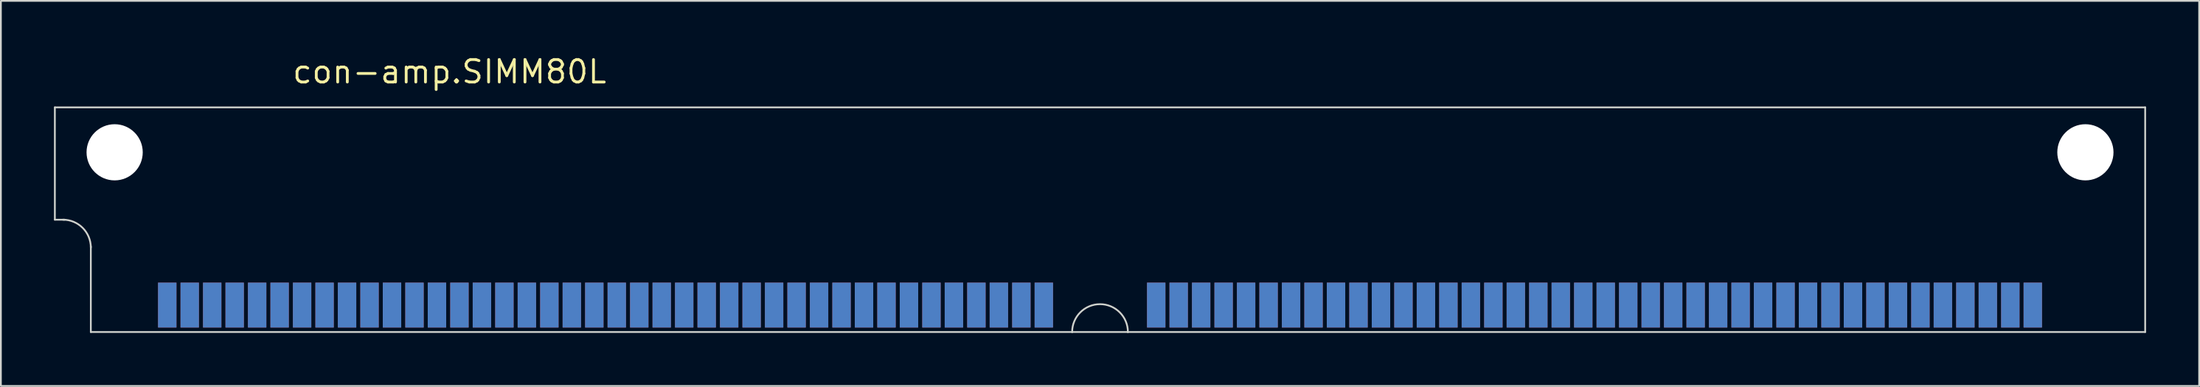
<source format=kicad_pcb>
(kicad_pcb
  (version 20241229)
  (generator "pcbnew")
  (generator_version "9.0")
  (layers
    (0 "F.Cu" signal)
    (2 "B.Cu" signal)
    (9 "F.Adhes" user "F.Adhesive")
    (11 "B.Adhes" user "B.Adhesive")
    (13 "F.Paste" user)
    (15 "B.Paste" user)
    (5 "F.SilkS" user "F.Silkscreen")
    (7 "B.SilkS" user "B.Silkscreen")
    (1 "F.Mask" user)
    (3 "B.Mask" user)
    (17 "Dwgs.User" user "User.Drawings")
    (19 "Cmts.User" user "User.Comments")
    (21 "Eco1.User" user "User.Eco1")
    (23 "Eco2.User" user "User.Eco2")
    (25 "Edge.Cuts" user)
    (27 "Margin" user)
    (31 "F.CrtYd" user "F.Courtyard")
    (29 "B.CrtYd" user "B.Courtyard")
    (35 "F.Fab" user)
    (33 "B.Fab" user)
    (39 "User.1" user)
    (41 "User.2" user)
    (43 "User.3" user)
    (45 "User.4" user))
  (footprint "con-amp.SIMM80L"
    (layer "F.Cu")
    (at 59.105 5.56)
    (property "Reference" "con-amp.SIMM80L" (at -45.72 -3.81 0) (layer "F.SilkS") (effects (font (size 1.27 1.27) (thickness 0.16)) (justify left bottom)))
    (attr smd)
    (fp_line (start -59.055 -2.54) (end 59.055 -2.54) (stroke (width 0.1) (type default)) (layer "Edge.Cuts"))
    (fp_line (start -59.055 3.81) (end -59.055 -2.54) (stroke (width 0.1) (type default)) (layer "Edge.Cuts"))
    (fp_line (start -59.055 3.81) (end -58.496 3.81) (stroke (width 0.1) (type default)) (layer "Edge.Cuts"))
    (fp_line (start -57.023 10.16) (end -57.023 5.309) (stroke (width 0.1) (type default)) (layer "Edge.Cuts"))
    (fp_line (start -1.575 10.16) (end -57.023 10.16) (stroke (width 0.1) (type default)) (layer "Edge.Cuts"))
    (fp_line (start 1.575 10.16) (end -1.575 10.16) (stroke (width 0.1) (type default)) (layer "Edge.Cuts"))
    (fp_line (start 59.055 -2.54) (end 59.055 10.16) (stroke (width 0.1) (type default)) (layer "Edge.Cuts"))
    (fp_line (start 59.055 10.16) (end 1.575 10.16) (stroke (width 0.1) (type default)) (layer "Edge.Cuts"))
    (fp_arc (start -58.5978 3.81) (mid -57.484248 4.271248) (end -57.023 5.3848) (stroke (width 0.1) (type default)) (layer "Edge.Cuts"))
    (fp_arc (start -1.5748 10.16) (mid 0 8.5852) (end 1.5748 10.16) (stroke (width 0.1) (type default)) (layer "Edge.Cuts"))
    (pad "" np_thru_hole circle (at -55.677 0) (size 3.175 3.175) (drill 3.175) (layers "*.Cu" "*.Mask"))
    (pad "" np_thru_hole circle (at 55.677 0) (size 3.175 3.175) (drill 3.175) (layers "*.Cu" "*.Mask"))
    (pad "1" smd roundrect (at -52.705 8.636) (size 1.041 2.54) (layers "F.Cu" "F.Mask" "F.Paste") (roundrect_rratio 0.01))
    (pad "2" smd roundrect (at -51.435 8.636) (size 1.041 2.54) (layers "F.Cu" "F.Mask" "F.Paste") (roundrect_rratio 0.01))
    (pad "3" smd roundrect (at -50.165 8.636) (size 1.041 2.54) (layers "F.Cu" "F.Mask" "F.Paste") (roundrect_rratio 0.01))
    (pad "4" smd roundrect (at -48.895 8.636) (size 1.041 2.54) (layers "F.Cu" "F.Mask" "F.Paste") (roundrect_rratio 0.01))
    (pad "5" smd roundrect (at -47.625 8.636) (size 1.041 2.54) (layers "F.Cu" "F.Mask" "F.Paste") (roundrect_rratio 0.01))
    (pad "6" smd roundrect (at -46.355 8.636) (size 1.041 2.54) (layers "F.Cu" "F.Mask" "F.Paste") (roundrect_rratio 0.01))
    (pad "7" smd roundrect (at -45.085 8.636) (size 1.041 2.54) (layers "F.Cu" "F.Mask" "F.Paste") (roundrect_rratio 0.01))
    (pad "8" smd roundrect (at -43.815 8.636) (size 1.041 2.54) (layers "F.Cu" "F.Mask" "F.Paste") (roundrect_rratio 0.01))
    (pad "9" smd roundrect (at -42.545 8.636) (size 1.041 2.54) (layers "F.Cu" "F.Mask" "F.Paste") (roundrect_rratio 0.01))
    (pad "10" smd roundrect (at -41.275 8.636) (size 1.041 2.54) (layers "F.Cu" "F.Mask" "F.Paste") (roundrect_rratio 0.01))
    (pad "11" smd roundrect (at -40.005 8.636) (size 1.041 2.54) (layers "F.Cu" "F.Mask" "F.Paste") (roundrect_rratio 0.01))
    (pad "12" smd roundrect (at -38.735 8.636) (size 1.041 2.54) (layers "F.Cu" "F.Mask" "F.Paste") (roundrect_rratio 0.01))
    (pad "13" smd roundrect (at -37.465 8.636) (size 1.041 2.54) (layers "F.Cu" "F.Mask" "F.Paste") (roundrect_rratio 0.01))
    (pad "14" smd roundrect (at -36.195 8.636) (size 1.041 2.54) (layers "F.Cu" "F.Mask" "F.Paste") (roundrect_rratio 0.01))
    (pad "15" smd roundrect (at -34.925 8.636) (size 1.041 2.54) (layers "F.Cu" "F.Mask" "F.Paste") (roundrect_rratio 0.01))
    (pad "16" smd roundrect (at -33.655 8.636) (size 1.041 2.54) (layers "F.Cu" "F.Mask" "F.Paste") (roundrect_rratio 0.01))
    (pad "17" smd roundrect (at -32.385 8.636) (size 1.041 2.54) (layers "F.Cu" "F.Mask" "F.Paste") (roundrect_rratio 0.01))
    (pad "18" smd roundrect (at -31.115 8.636) (size 1.041 2.54) (layers "F.Cu" "F.Mask" "F.Paste") (roundrect_rratio 0.01))
    (pad "19" smd roundrect (at -29.845 8.636) (size 1.041 2.54) (layers "F.Cu" "F.Mask" "F.Paste") (roundrect_rratio 0.01))
    (pad "20" smd roundrect (at -28.575 8.636) (size 1.041 2.54) (layers "F.Cu" "F.Mask" "F.Paste") (roundrect_rratio 0.01))
    (pad "21" smd roundrect (at -27.305 8.636) (size 1.041 2.54) (layers "F.Cu" "F.Mask" "F.Paste") (roundrect_rratio 0.01))
    (pad "22" smd roundrect (at -26.035 8.636) (size 1.041 2.54) (layers "F.Cu" "F.Mask" "F.Paste") (roundrect_rratio 0.01))
    (pad "23" smd roundrect (at -24.765 8.636) (size 1.041 2.54) (layers "F.Cu" "F.Mask" "F.Paste") (roundrect_rratio 0.01))
    (pad "24" smd roundrect (at -23.495 8.636) (size 1.041 2.54) (layers "F.Cu" "F.Mask" "F.Paste") (roundrect_rratio 0.01))
    (pad "25" smd roundrect (at -22.225 8.636) (size 1.041 2.54) (layers "F.Cu" "F.Mask" "F.Paste") (roundrect_rratio 0.01))
    (pad "26" smd roundrect (at -20.955 8.636) (size 1.041 2.54) (layers "F.Cu" "F.Mask" "F.Paste") (roundrect_rratio 0.01))
    (pad "27" smd roundrect (at -19.685 8.636) (size 1.041 2.54) (layers "F.Cu" "F.Mask" "F.Paste") (roundrect_rratio 0.01))
    (pad "28" smd roundrect (at -18.415 8.636) (size 1.041 2.54) (layers "F.Cu" "F.Mask" "F.Paste") (roundrect_rratio 0.01))
    (pad "29" smd roundrect (at -17.145 8.636) (size 1.041 2.54) (layers "F.Cu" "F.Mask" "F.Paste") (roundrect_rratio 0.01))
    (pad "30" smd roundrect (at -15.875 8.636) (size 1.041 2.54) (layers "F.Cu" "F.Mask" "F.Paste") (roundrect_rratio 0.01))
    (pad "31" smd roundrect (at -14.605 8.636) (size 1.041 2.54) (layers "F.Cu" "F.Mask" "F.Paste") (roundrect_rratio 0.01))
    (pad "32" smd roundrect (at -13.335 8.636) (size 1.041 2.54) (layers "F.Cu" "F.Mask" "F.Paste") (roundrect_rratio 0.01))
    (pad "33" smd roundrect (at -12.065 8.636) (size 1.041 2.54) (layers "F.Cu" "F.Mask" "F.Paste") (roundrect_rratio 0.01))
    (pad "34" smd roundrect (at -10.795 8.636) (size 1.041 2.54) (layers "F.Cu" "F.Mask" "F.Paste") (roundrect_rratio 0.01))
    (pad "35" smd roundrect (at -9.525 8.636) (size 1.041 2.54) (layers "F.Cu" "F.Mask" "F.Paste") (roundrect_rratio 0.01))
    (pad "36" smd roundrect (at -8.255 8.636) (size 1.041 2.54) (layers "F.Cu" "F.Mask" "F.Paste") (roundrect_rratio 0.01))
    (pad "37" smd roundrect (at -6.985 8.636) (size 1.041 2.54) (layers "F.Cu" "F.Mask" "F.Paste") (roundrect_rratio 0.01))
    (pad "38" smd roundrect (at -5.715 8.636) (size 1.041 2.54) (layers "F.Cu" "F.Mask" "F.Paste") (roundrect_rratio 0.01))
    (pad "39" smd roundrect (at -4.445 8.636) (size 1.041 2.54) (layers "F.Cu" "F.Mask" "F.Paste") (roundrect_rratio 0.01))
    (pad "40" smd roundrect (at -3.175 8.636) (size 1.041 2.54) (layers "F.Cu" "F.Mask" "F.Paste") (roundrect_rratio 0.01))
    (pad "41" smd roundrect (at 3.175 8.636) (size 1.041 2.54) (layers "F.Cu" "F.Mask" "F.Paste") (roundrect_rratio 0.01))
    (pad "42" smd roundrect (at 4.445 8.636) (size 1.041 2.54) (layers "F.Cu" "F.Mask" "F.Paste") (roundrect_rratio 0.01))
    (pad "43" smd roundrect (at 5.715 8.636) (size 1.041 2.54) (layers "F.Cu" "F.Mask" "F.Paste") (roundrect_rratio 0.01))
    (pad "44" smd roundrect (at 6.985 8.636) (size 1.041 2.54) (layers "F.Cu" "F.Mask" "F.Paste") (roundrect_rratio 0.01))
    (pad "45" smd roundrect (at 8.255 8.636) (size 1.041 2.54) (layers "F.Cu" "F.Mask" "F.Paste") (roundrect_rratio 0.01))
    (pad "46" smd roundrect (at 9.525 8.636) (size 1.041 2.54) (layers "F.Cu" "F.Mask" "F.Paste") (roundrect_rratio 0.01))
    (pad "47" smd roundrect (at 10.795 8.636) (size 1.041 2.54) (layers "F.Cu" "F.Mask" "F.Paste") (roundrect_rratio 0.01))
    (pad "48" smd roundrect (at 12.065 8.636) (size 1.041 2.54) (layers "F.Cu" "F.Mask" "F.Paste") (roundrect_rratio 0.01))
    (pad "49" smd roundrect (at 13.335 8.636) (size 1.041 2.54) (layers "F.Cu" "F.Mask" "F.Paste") (roundrect_rratio 0.01))
    (pad "50" smd roundrect (at 14.605 8.636) (size 1.041 2.54) (layers "F.Cu" "F.Mask" "F.Paste") (roundrect_rratio 0.01))
    (pad "51" smd roundrect (at 15.875 8.636) (size 1.041 2.54) (layers "F.Cu" "F.Mask" "F.Paste") (roundrect_rratio 0.01))
    (pad "52" smd roundrect (at 17.145 8.636) (size 1.041 2.54) (layers "F.Cu" "F.Mask" "F.Paste") (roundrect_rratio 0.01))
    (pad "53" smd roundrect (at 18.415 8.636) (size 1.041 2.54) (layers "F.Cu" "F.Mask" "F.Paste") (roundrect_rratio 0.01))
    (pad "54" smd roundrect (at 19.685 8.636) (size 1.041 2.54) (layers "F.Cu" "F.Mask" "F.Paste") (roundrect_rratio 0.01))
    (pad "55" smd roundrect (at 20.955 8.636) (size 1.041 2.54) (layers "F.Cu" "F.Mask" "F.Paste") (roundrect_rratio 0.01))
    (pad "56" smd roundrect (at 22.225 8.636) (size 1.041 2.54) (layers "F.Cu" "F.Mask" "F.Paste") (roundrect_rratio 0.01))
    (pad "57" smd roundrect (at 23.495 8.636) (size 1.041 2.54) (layers "F.Cu" "F.Mask" "F.Paste") (roundrect_rratio 0.01))
    (pad "58" smd roundrect (at 24.765 8.636) (size 1.041 2.54) (layers "F.Cu" "F.Mask" "F.Paste") (roundrect_rratio 0.01))
    (pad "59" smd roundrect (at 26.035 8.636) (size 1.041 2.54) (layers "F.Cu" "F.Mask" "F.Paste") (roundrect_rratio 0.01))
    (pad "60" smd roundrect (at 27.305 8.636) (size 1.041 2.54) (layers "F.Cu" "F.Mask" "F.Paste") (roundrect_rratio 0.01))
    (pad "61" smd roundrect (at 28.575 8.636) (size 1.041 2.54) (layers "F.Cu" "F.Mask" "F.Paste") (roundrect_rratio 0.01))
    (pad "62" smd roundrect (at 29.845 8.636) (size 1.041 2.54) (layers "F.Cu" "F.Mask" "F.Paste") (roundrect_rratio 0.01))
    (pad "63" smd roundrect (at 31.115 8.636) (size 1.041 2.54) (layers "F.Cu" "F.Mask" "F.Paste") (roundrect_rratio 0.01))
    (pad "64" smd roundrect (at 32.385 8.636) (size 1.041 2.54) (layers "F.Cu" "F.Mask" "F.Paste") (roundrect_rratio 0.01))
    (pad "65" smd roundrect (at 33.655 8.636) (size 1.041 2.54) (layers "F.Cu" "F.Mask" "F.Paste") (roundrect_rratio 0.01))
    (pad "66" smd roundrect (at 34.925 8.636) (size 1.041 2.54) (layers "F.Cu" "F.Mask" "F.Paste") (roundrect_rratio 0.01))
    (pad "67" smd roundrect (at 36.195 8.636) (size 1.041 2.54) (layers "F.Cu" "F.Mask" "F.Paste") (roundrect_rratio 0.01))
    (pad "68" smd roundrect (at 37.465 8.636) (size 1.041 2.54) (layers "F.Cu" "F.Mask" "F.Paste") (roundrect_rratio 0.01))
    (pad "69" smd roundrect (at 38.735 8.636) (size 1.041 2.54) (layers "F.Cu" "F.Mask" "F.Paste") (roundrect_rratio 0.01))
    (pad "70" smd roundrect (at 40.005 8.636) (size 1.041 2.54) (layers "F.Cu" "F.Mask" "F.Paste") (roundrect_rratio 0.01))
    (pad "71" smd roundrect (at 41.275 8.636) (size 1.041 2.54) (layers "F.Cu" "F.Mask" "F.Paste") (roundrect_rratio 0.01))
    (pad "72" smd roundrect (at 42.545 8.636) (size 1.041 2.54) (layers "F.Cu" "F.Mask" "F.Paste") (roundrect_rratio 0.01))
    (pad "73" smd roundrect (at 43.815 8.636) (size 1.041 2.54) (layers "F.Cu" "F.Mask" "F.Paste") (roundrect_rratio 0.01))
    (pad "74" smd roundrect (at 45.085 8.636) (size 1.041 2.54) (layers "F.Cu" "F.Mask" "F.Paste") (roundrect_rratio 0.01))
    (pad "75" smd roundrect (at 46.355 8.636) (size 1.041 2.54) (layers "F.Cu" "F.Mask" "F.Paste") (roundrect_rratio 0.01))
    (pad "76" smd roundrect (at 47.625 8.636) (size 1.041 2.54) (layers "F.Cu" "F.Mask" "F.Paste") (roundrect_rratio 0.01))
    (pad "77" smd roundrect (at 48.895 8.636) (size 1.041 2.54) (layers "F.Cu" "F.Mask" "F.Paste") (roundrect_rratio 0.01))
    (pad "78" smd roundrect (at 50.165 8.636) (size 1.041 2.54) (layers "F.Cu" "F.Mask" "F.Paste") (roundrect_rratio 0.01))
    (pad "79" smd roundrect (at 51.435 8.636) (size 1.041 2.54) (layers "F.Cu" "F.Mask" "F.Paste") (roundrect_rratio 0.01))
    (pad "80" smd roundrect (at 52.705 8.636) (size 1.041 2.54) (layers "F.Cu" "F.Mask" "F.Paste") (roundrect_rratio 0.01))
    (pad "81" smd roundrect (at -52.705 8.636) (size 1.041 2.54) (layers "B.Cu" "B.Mask" "B.Paste") (roundrect_rratio 0.01))
    (pad "82" smd roundrect (at -51.435 8.636) (size 1.041 2.54) (layers "B.Cu" "B.Mask" "B.Paste") (roundrect_rratio 0.01))
    (pad "83" smd roundrect (at -50.165 8.636) (size 1.041 2.54) (layers "B.Cu" "B.Mask" "B.Paste") (roundrect_rratio 0.01))
    (pad "84" smd roundrect (at -48.895 8.636) (size 1.041 2.54) (layers "B.Cu" "B.Mask" "B.Paste") (roundrect_rratio 0.01))
    (pad "85" smd roundrect (at -47.625 8.636) (size 1.041 2.54) (layers "B.Cu" "B.Mask" "B.Paste") (roundrect_rratio 0.01))
    (pad "86" smd roundrect (at -46.355 8.636) (size 1.041 2.54) (layers "B.Cu" "B.Mask" "B.Paste") (roundrect_rratio 0.01))
    (pad "87" smd roundrect (at -45.085 8.636) (size 1.041 2.54) (layers "B.Cu" "B.Mask" "B.Paste") (roundrect_rratio 0.01))
    (pad "88" smd roundrect (at -43.815 8.636) (size 1.041 2.54) (layers "B.Cu" "B.Mask" "B.Paste") (roundrect_rratio 0.01))
    (pad "89" smd roundrect (at -42.545 8.636) (size 1.041 2.54) (layers "B.Cu" "B.Mask" "B.Paste") (roundrect_rratio 0.01))
    (pad "90" smd roundrect (at -41.275 8.636) (size 1.041 2.54) (layers "B.Cu" "B.Mask" "B.Paste") (roundrect_rratio 0.01))
    (pad "91" smd roundrect (at -40.005 8.636) (size 1.041 2.54) (layers "B.Cu" "B.Mask" "B.Paste") (roundrect_rratio 0.01))
    (pad "92" smd roundrect (at -38.735 8.636) (size 1.041 2.54) (layers "B.Cu" "B.Mask" "B.Paste") (roundrect_rratio 0.01))
    (pad "93" smd roundrect (at -37.465 8.636) (size 1.041 2.54) (layers "B.Cu" "B.Mask" "B.Paste") (roundrect_rratio 0.01))
    (pad "94" smd roundrect (at -36.195 8.636) (size 1.041 2.54) (layers "B.Cu" "B.Mask" "B.Paste") (roundrect_rratio 0.01))
    (pad "95" smd roundrect (at -34.925 8.636) (size 1.041 2.54) (layers "B.Cu" "B.Mask" "B.Paste") (roundrect_rratio 0.01))
    (pad "96" smd roundrect (at -33.655 8.636) (size 1.041 2.54) (layers "B.Cu" "B.Mask" "B.Paste") (roundrect_rratio 0.01))
    (pad "97" smd roundrect (at -32.385 8.636) (size 1.041 2.54) (layers "B.Cu" "B.Mask" "B.Paste") (roundrect_rratio 0.01))
    (pad "98" smd roundrect (at -31.115 8.636) (size 1.041 2.54) (layers "B.Cu" "B.Mask" "B.Paste") (roundrect_rratio 0.01))
    (pad "99" smd roundrect (at -29.845 8.636) (size 1.041 2.54) (layers "B.Cu" "B.Mask" "B.Paste") (roundrect_rratio 0.01))
    (pad "100" smd roundrect (at -28.575 8.636) (size 1.041 2.54) (layers "B.Cu" "B.Mask" "B.Paste") (roundrect_rratio 0.01))
    (pad "101" smd roundrect (at -27.305 8.636) (size 1.041 2.54) (layers "B.Cu" "B.Mask" "B.Paste") (roundrect_rratio 0.01))
    (pad "102" smd roundrect (at -26.035 8.636) (size 1.041 2.54) (layers "B.Cu" "B.Mask" "B.Paste") (roundrect_rratio 0.01))
    (pad "103" smd roundrect (at -24.765 8.636) (size 1.041 2.54) (layers "B.Cu" "B.Mask" "B.Paste") (roundrect_rratio 0.01))
    (pad "104" smd roundrect (at -23.495 8.636) (size 1.041 2.54) (layers "B.Cu" "B.Mask" "B.Paste") (roundrect_rratio 0.01))
    (pad "105" smd roundrect (at -22.225 8.636) (size 1.041 2.54) (layers "B.Cu" "B.Mask" "B.Paste") (roundrect_rratio 0.01))
    (pad "106" smd roundrect (at -20.955 8.636) (size 1.041 2.54) (layers "B.Cu" "B.Mask" "B.Paste") (roundrect_rratio 0.01))
    (pad "107" smd roundrect (at -19.685 8.636) (size 1.041 2.54) (layers "B.Cu" "B.Mask" "B.Paste") (roundrect_rratio 0.01))
    (pad "108" smd roundrect (at -18.415 8.636) (size 1.041 2.54) (layers "B.Cu" "B.Mask" "B.Paste") (roundrect_rratio 0.01))
    (pad "109" smd roundrect (at -17.145 8.636) (size 1.041 2.54) (layers "B.Cu" "B.Mask" "B.Paste") (roundrect_rratio 0.01))
    (pad "110" smd roundrect (at -15.875 8.636) (size 1.041 2.54) (layers "B.Cu" "B.Mask" "B.Paste") (roundrect_rratio 0.01))
    (pad "111" smd roundrect (at -14.605 8.636) (size 1.041 2.54) (layers "B.Cu" "B.Mask" "B.Paste") (roundrect_rratio 0.01))
    (pad "112" smd roundrect (at -13.335 8.636) (size 1.041 2.54) (layers "B.Cu" "B.Mask" "B.Paste") (roundrect_rratio 0.01))
    (pad "113" smd roundrect (at -12.065 8.636) (size 1.041 2.54) (layers "B.Cu" "B.Mask" "B.Paste") (roundrect_rratio 0.01))
    (pad "114" smd roundrect (at -10.795 8.636) (size 1.041 2.54) (layers "B.Cu" "B.Mask" "B.Paste") (roundrect_rratio 0.01))
    (pad "115" smd roundrect (at -9.525 8.636) (size 1.041 2.54) (layers "B.Cu" "B.Mask" "B.Paste") (roundrect_rratio 0.01))
    (pad "116" smd roundrect (at -8.255 8.636) (size 1.041 2.54) (layers "B.Cu" "B.Mask" "B.Paste") (roundrect_rratio 0.01))
    (pad "117" smd roundrect (at -6.985 8.636) (size 1.041 2.54) (layers "B.Cu" "B.Mask" "B.Paste") (roundrect_rratio 0.01))
    (pad "118" smd roundrect (at -5.715 8.636) (size 1.041 2.54) (layers "B.Cu" "B.Mask" "B.Paste") (roundrect_rratio 0.01))
    (pad "119" smd roundrect (at -4.445 8.636) (size 1.041 2.54) (layers "B.Cu" "B.Mask" "B.Paste") (roundrect_rratio 0.01))
    (pad "120" smd roundrect (at -3.175 8.636) (size 1.041 2.54) (layers "B.Cu" "B.Mask" "B.Paste") (roundrect_rratio 0.01))
    (pad "121" smd roundrect (at 3.175 8.636) (size 1.041 2.54) (layers "B.Cu" "B.Mask" "B.Paste") (roundrect_rratio 0.01))
    (pad "122" smd roundrect (at 4.445 8.636) (size 1.041 2.54) (layers "B.Cu" "B.Mask" "B.Paste") (roundrect_rratio 0.01))
    (pad "123" smd roundrect (at 5.715 8.636) (size 1.041 2.54) (layers "B.Cu" "B.Mask" "B.Paste") (roundrect_rratio 0.01))
    (pad "124" smd roundrect (at 6.985 8.636) (size 1.041 2.54) (layers "B.Cu" "B.Mask" "B.Paste") (roundrect_rratio 0.01))
    (pad "125" smd roundrect (at 8.255 8.636) (size 1.041 2.54) (layers "B.Cu" "B.Mask" "B.Paste") (roundrect_rratio 0.01))
    (pad "126" smd roundrect (at 9.525 8.636) (size 1.041 2.54) (layers "B.Cu" "B.Mask" "B.Paste") (roundrect_rratio 0.01))
    (pad "127" smd roundrect (at 10.795 8.636) (size 1.041 2.54) (layers "B.Cu" "B.Mask" "B.Paste") (roundrect_rratio 0.01))
    (pad "128" smd roundrect (at 12.065 8.636) (size 1.041 2.54) (layers "B.Cu" "B.Mask" "B.Paste") (roundrect_rratio 0.01))
    (pad "129" smd roundrect (at 13.335 8.636) (size 1.041 2.54) (layers "B.Cu" "B.Mask" "B.Paste") (roundrect_rratio 0.01))
    (pad "130" smd roundrect (at 14.605 8.636) (size 1.041 2.54) (layers "B.Cu" "B.Mask" "B.Paste") (roundrect_rratio 0.01))
    (pad "131" smd roundrect (at 15.875 8.636) (size 1.041 2.54) (layers "B.Cu" "B.Mask" "B.Paste") (roundrect_rratio 0.01))
    (pad "132" smd roundrect (at 17.145 8.636) (size 1.041 2.54) (layers "B.Cu" "B.Mask" "B.Paste") (roundrect_rratio 0.01))
    (pad "133" smd roundrect (at 18.415 8.636) (size 1.041 2.54) (layers "B.Cu" "B.Mask" "B.Paste") (roundrect_rratio 0.01))
    (pad "134" smd roundrect (at 19.685 8.636) (size 1.041 2.54) (layers "B.Cu" "B.Mask" "B.Paste") (roundrect_rratio 0.01))
    (pad "135" smd roundrect (at 20.955 8.636) (size 1.041 2.54) (layers "B.Cu" "B.Mask" "B.Paste") (roundrect_rratio 0.01))
    (pad "136" smd roundrect (at 22.225 8.636) (size 1.041 2.54) (layers "B.Cu" "B.Mask" "B.Paste") (roundrect_rratio 0.01))
    (pad "137" smd roundrect (at 23.495 8.636) (size 1.041 2.54) (layers "B.Cu" "B.Mask" "B.Paste") (roundrect_rratio 0.01))
    (pad "138" smd roundrect (at 24.765 8.636) (size 1.041 2.54) (layers "B.Cu" "B.Mask" "B.Paste") (roundrect_rratio 0.01))
    (pad "139" smd roundrect (at 26.035 8.636) (size 1.041 2.54) (layers "B.Cu" "B.Mask" "B.Paste") (roundrect_rratio 0.01))
    (pad "140" smd roundrect (at 27.305 8.636) (size 1.041 2.54) (layers "B.Cu" "B.Mask" "B.Paste") (roundrect_rratio 0.01))
    (pad "141" smd roundrect (at 28.575 8.636) (size 1.041 2.54) (layers "B.Cu" "B.Mask" "B.Paste") (roundrect_rratio 0.01))
    (pad "142" smd roundrect (at 29.845 8.636) (size 1.041 2.54) (layers "B.Cu" "B.Mask" "B.Paste") (roundrect_rratio 0.01))
    (pad "143" smd roundrect (at 31.115 8.636) (size 1.041 2.54) (layers "B.Cu" "B.Mask" "B.Paste") (roundrect_rratio 0.01))
    (pad "144" smd roundrect (at 32.385 8.636) (size 1.041 2.54) (layers "B.Cu" "B.Mask" "B.Paste") (roundrect_rratio 0.01))
    (pad "145" smd roundrect (at 33.655 8.636) (size 1.041 2.54) (layers "B.Cu" "B.Mask" "B.Paste") (roundrect_rratio 0.01))
    (pad "146" smd roundrect (at 34.925 8.636) (size 1.041 2.54) (layers "B.Cu" "B.Mask" "B.Paste") (roundrect_rratio 0.01))
    (pad "147" smd roundrect (at 36.195 8.636) (size 1.041 2.54) (layers "B.Cu" "B.Mask" "B.Paste") (roundrect_rratio 0.01))
    (pad "148" smd roundrect (at 37.465 8.636) (size 1.041 2.54) (layers "B.Cu" "B.Mask" "B.Paste") (roundrect_rratio 0.01))
    (pad "149" smd roundrect (at 38.735 8.636) (size 1.041 2.54) (layers "B.Cu" "B.Mask" "B.Paste") (roundrect_rratio 0.01))
    (pad "150" smd roundrect (at 40.005 8.636) (size 1.041 2.54) (layers "B.Cu" "B.Mask" "B.Paste") (roundrect_rratio 0.01))
    (pad "151" smd roundrect (at 41.275 8.636) (size 1.041 2.54) (layers "B.Cu" "B.Mask" "B.Paste") (roundrect_rratio 0.01))
    (pad "152" smd roundrect (at 42.545 8.636) (size 1.041 2.54) (layers "B.Cu" "B.Mask" "B.Paste") (roundrect_rratio 0.01))
    (pad "153" smd roundrect (at 43.815 8.636) (size 1.041 2.54) (layers "B.Cu" "B.Mask" "B.Paste") (roundrect_rratio 0.01))
    (pad "154" smd roundrect (at 45.085 8.636) (size 1.041 2.54) (layers "B.Cu" "B.Mask" "B.Paste") (roundrect_rratio 0.01))
    (pad "155" smd roundrect (at 46.355 8.636) (size 1.041 2.54) (layers "B.Cu" "B.Mask" "B.Paste") (roundrect_rratio 0.01))
    (pad "156" smd roundrect (at 47.625 8.636) (size 1.041 2.54) (layers "B.Cu" "B.Mask" "B.Paste") (roundrect_rratio 0.01))
    (pad "157" smd roundrect (at 48.895 8.636) (size 1.041 2.54) (layers "B.Cu" "B.Mask" "B.Paste") (roundrect_rratio 0.01))
    (pad "158" smd roundrect (at 50.165 8.636) (size 1.041 2.54) (layers "B.Cu" "B.Mask" "B.Paste") (roundrect_rratio 0.01))
    (pad "159" smd roundrect (at 51.435 8.636) (size 1.041 2.54) (layers "B.Cu" "B.Mask" "B.Paste") (roundrect_rratio 0.01))
    (pad "160" smd roundrect (at 52.705 8.636) (size 1.041 2.54) (layers "B.Cu" "B.Mask" "B.Paste") (roundrect_rratio 0.01)))
  (gr_rect
    (start -3 -3)
    (end 121.21 18.77)
    (stroke (width 0.1) (type default))
    (fill no)
    (layer "Edge.Cuts")))
</source>
